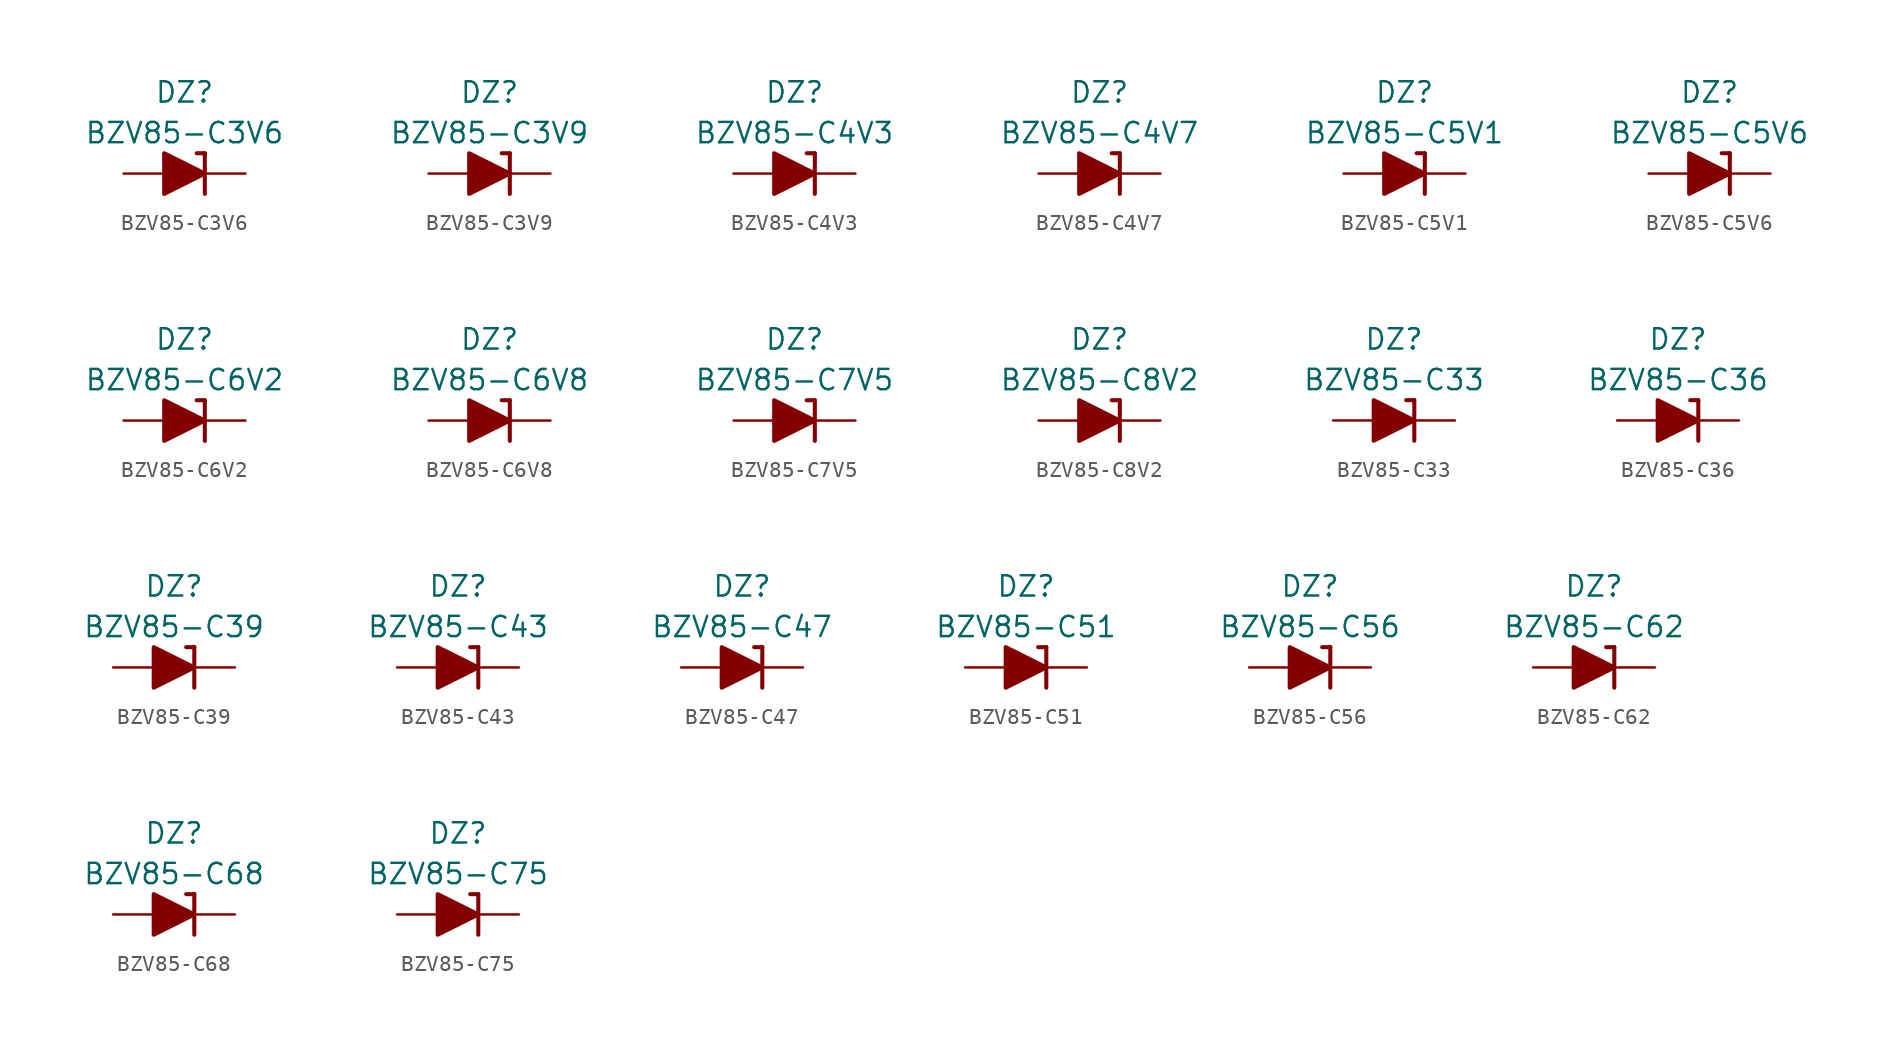
<source format=kicad_sym>
(kicad_symbol_lib
  (version 20211014)
  (generator kicad_symbol_editor)
  (symbol "BZV85-C3V6"
    (pin_numbers hide)
    (pin_names
      (offset 1.016) hide)
    (property "Reference" "DZ"
      (at 0 5.08 0)
      (effects (font (size 1.27 1.27))))
    (property "Value" "BZV85-C3V6"
      (at 0 2.54 0)
      (effects (font (size 1.27 1.27))))
    (symbol "BZV85-C3V6_0_1"
      (polyline (pts (xy -1.27 0) (xy 1.27 0)) (stroke (width 0) (type default) (color 0 0 0 0)) (fill (type none)))
      (polyline (pts (xy 1.27 1.27) (xy 0.762 1.27)) (stroke (width 0.254) (type default) (color 0 0 0 0)) (fill (type none)))
      (polyline (pts (xy 1.27 1.27) (xy 1.27 -1.27)) (stroke (width 0.254) (type default) (color 0 0 0 0)) (fill (type none)))
      (polyline (pts (xy -1.27 -1.27) (xy -1.27 1.27) (xy 1.27 0) (xy -1.27 -1.27)) (stroke (width 0.254) (type default) (color 0 0 0 0)) (fill (type outline))))
    (symbol "BZV85-C3V6_1_1"
      (pin passive line (at 3.81 0 180) (length 2.54) (name "K" (effects (font (size 1.27 1.27)))) (number "1" (effects (font (size 1.27 1.27)))))
      (pin passive line (at -3.81 0 0) (length 2.54) (name "A" (effects (font (size 1.27 1.27)))) (number "2" (effects (font (size 1.27 1.27)))))))
  (symbol "BZV85-C3V9"
    (pin_numbers hide)
    (pin_names
      (offset 1.016) hide)
    (property "Reference" "DZ"
      (at 0 5.08 0)
      (effects (font (size 1.27 1.27))))
    (property "Value" "BZV85-C3V9"
      (at 0 2.54 0)
      (effects (font (size 1.27 1.27))))
    (symbol "BZV85-C3V9_0_1"
      (polyline (pts (xy -1.27 0) (xy 1.27 0)) (stroke (width 0) (type default) (color 0 0 0 0)) (fill (type none)))
      (polyline (pts (xy 1.27 1.27) (xy 0.762 1.27)) (stroke (width 0.254) (type default) (color 0 0 0 0)) (fill (type none)))
      (polyline (pts (xy 1.27 1.27) (xy 1.27 -1.27)) (stroke (width 0.254) (type default) (color 0 0 0 0)) (fill (type none)))
      (polyline (pts (xy -1.27 -1.27) (xy -1.27 1.27) (xy 1.27 0) (xy -1.27 -1.27)) (stroke (width 0.254) (type default) (color 0 0 0 0)) (fill (type outline))))
    (symbol "BZV85-C3V9_1_1"
      (pin passive line (at 3.81 0 180) (length 2.54) (name "K" (effects (font (size 1.27 1.27)))) (number "1" (effects (font (size 1.27 1.27)))))
      (pin passive line (at -3.81 0 0) (length 2.54) (name "A" (effects (font (size 1.27 1.27)))) (number "2" (effects (font (size 1.27 1.27)))))))
  (symbol "BZV85-C4V3"
    (pin_numbers hide)
    (pin_names
      (offset 1.016) hide)
    (property "Reference" "DZ"
      (at 0 5.08 0)
      (effects (font (size 1.27 1.27))))
    (property "Value" "BZV85-C4V3"
      (at 0 2.54 0)
      (effects (font (size 1.27 1.27))))
    (symbol "BZV85-C4V3_0_1"
      (polyline (pts (xy -1.27 0) (xy 1.27 0)) (stroke (width 0) (type default) (color 0 0 0 0)) (fill (type none)))
      (polyline (pts (xy 1.27 1.27) (xy 0.762 1.27)) (stroke (width 0.254) (type default) (color 0 0 0 0)) (fill (type none)))
      (polyline (pts (xy 1.27 1.27) (xy 1.27 -1.27)) (stroke (width 0.254) (type default) (color 0 0 0 0)) (fill (type none)))
      (polyline (pts (xy -1.27 -1.27) (xy -1.27 1.27) (xy 1.27 0) (xy -1.27 -1.27)) (stroke (width 0.254) (type default) (color 0 0 0 0)) (fill (type outline))))
    (symbol "BZV85-C4V3_1_1"
      (pin passive line (at 3.81 0 180) (length 2.54) (name "K" (effects (font (size 1.27 1.27)))) (number "1" (effects (font (size 1.27 1.27)))))
      (pin passive line (at -3.81 0 0) (length 2.54) (name "A" (effects (font (size 1.27 1.27)))) (number "2" (effects (font (size 1.27 1.27)))))))
  (symbol "BZV85-C4V7"
    (pin_numbers hide)
    (pin_names
      (offset 1.016) hide)
    (property "Reference" "DZ"
      (at 0 5.08 0)
      (effects (font (size 1.27 1.27))))
    (property "Value" "BZV85-C4V7"
      (at 0 2.54 0)
      (effects (font (size 1.27 1.27))))
    (symbol "BZV85-C4V7_0_1"
      (polyline (pts (xy -1.27 0) (xy 1.27 0)) (stroke (width 0) (type default) (color 0 0 0 0)) (fill (type none)))
      (polyline (pts (xy 1.27 1.27) (xy 0.762 1.27)) (stroke (width 0.254) (type default) (color 0 0 0 0)) (fill (type none)))
      (polyline (pts (xy 1.27 1.27) (xy 1.27 -1.27)) (stroke (width 0.254) (type default) (color 0 0 0 0)) (fill (type none)))
      (polyline (pts (xy -1.27 -1.27) (xy -1.27 1.27) (xy 1.27 0) (xy -1.27 -1.27)) (stroke (width 0.254) (type default) (color 0 0 0 0)) (fill (type outline))))
    (symbol "BZV85-C4V7_1_1"
      (pin passive line (at 3.81 0 180) (length 2.54) (name "K" (effects (font (size 1.27 1.27)))) (number "1" (effects (font (size 1.27 1.27)))))
      (pin passive line (at -3.81 0 0) (length 2.54) (name "A" (effects (font (size 1.27 1.27)))) (number "2" (effects (font (size 1.27 1.27)))))))
  (symbol "BZV85-C5V1"
    (pin_numbers hide)
    (pin_names
      (offset 1.016) hide)
    (property "Reference" "DZ"
      (at 0 5.08 0)
      (effects (font (size 1.27 1.27))))
    (property "Value" "BZV85-C5V1"
      (at 0 2.54 0)
      (effects (font (size 1.27 1.27))))
    (symbol "BZV85-C5V1_0_1"
      (polyline (pts (xy -1.27 0) (xy 1.27 0)) (stroke (width 0) (type default) (color 0 0 0 0)) (fill (type none)))
      (polyline (pts (xy 1.27 1.27) (xy 0.762 1.27)) (stroke (width 0.254) (type default) (color 0 0 0 0)) (fill (type none)))
      (polyline (pts (xy 1.27 1.27) (xy 1.27 -1.27)) (stroke (width 0.254) (type default) (color 0 0 0 0)) (fill (type none)))
      (polyline (pts (xy -1.27 -1.27) (xy -1.27 1.27) (xy 1.27 0) (xy -1.27 -1.27)) (stroke (width 0.254) (type default) (color 0 0 0 0)) (fill (type outline))))
    (symbol "BZV85-C5V1_1_1"
      (pin passive line (at 3.81 0 180) (length 2.54) (name "K" (effects (font (size 1.27 1.27)))) (number "1" (effects (font (size 1.27 1.27)))))
      (pin passive line (at -3.81 0 0) (length 2.54) (name "A" (effects (font (size 1.27 1.27)))) (number "2" (effects (font (size 1.27 1.27)))))))
  (symbol "BZV85-C5V6"
    (pin_numbers hide)
    (pin_names
      (offset 1.016) hide)
    (property "Reference" "DZ"
      (at 0 5.08 0)
      (effects (font (size 1.27 1.27))))
    (property "Value" "BZV85-C5V6"
      (at 0 2.54 0)
      (effects (font (size 1.27 1.27))))
    (symbol "BZV85-C5V6_0_1"
      (polyline (pts (xy -1.27 0) (xy 1.27 0)) (stroke (width 0) (type default) (color 0 0 0 0)) (fill (type none)))
      (polyline (pts (xy 1.27 1.27) (xy 0.762 1.27)) (stroke (width 0.254) (type default) (color 0 0 0 0)) (fill (type none)))
      (polyline (pts (xy 1.27 1.27) (xy 1.27 -1.27)) (stroke (width 0.254) (type default) (color 0 0 0 0)) (fill (type none)))
      (polyline (pts (xy -1.27 -1.27) (xy -1.27 1.27) (xy 1.27 0) (xy -1.27 -1.27)) (stroke (width 0.254) (type default) (color 0 0 0 0)) (fill (type outline))))
    (symbol "BZV85-C5V6_1_1"
      (pin passive line (at 3.81 0 180) (length 2.54) (name "K" (effects (font (size 1.27 1.27)))) (number "1" (effects (font (size 1.27 1.27)))))
      (pin passive line (at -3.81 0 0) (length 2.54) (name "A" (effects (font (size 1.27 1.27)))) (number "2" (effects (font (size 1.27 1.27)))))))
  (symbol "BZV85-C6V2"
    (pin_numbers hide)
    (pin_names
      (offset 1.016) hide)
    (property "Reference" "DZ"
      (at 0 5.08 0)
      (effects (font (size 1.27 1.27))))
    (property "Value" "BZV85-C6V2"
      (at 0 2.54 0)
      (effects (font (size 1.27 1.27))))
    (symbol "BZV85-C6V2_0_1"
      (polyline (pts (xy -1.27 0) (xy 1.27 0)) (stroke (width 0) (type default) (color 0 0 0 0)) (fill (type none)))
      (polyline (pts (xy 1.27 1.27) (xy 0.762 1.27)) (stroke (width 0.254) (type default) (color 0 0 0 0)) (fill (type none)))
      (polyline (pts (xy 1.27 1.27) (xy 1.27 -1.27)) (stroke (width 0.254) (type default) (color 0 0 0 0)) (fill (type none)))
      (polyline (pts (xy -1.27 -1.27) (xy -1.27 1.27) (xy 1.27 0) (xy -1.27 -1.27)) (stroke (width 0.254) (type default) (color 0 0 0 0)) (fill (type outline))))
    (symbol "BZV85-C6V2_1_1"
      (pin passive line (at 3.81 0 180) (length 2.54) (name "K" (effects (font (size 1.27 1.27)))) (number "1" (effects (font (size 1.27 1.27)))))
      (pin passive line (at -3.81 0 0) (length 2.54) (name "A" (effects (font (size 1.27 1.27)))) (number "2" (effects (font (size 1.27 1.27)))))))
  (symbol "BZV85-C6V8"
    (pin_numbers hide)
    (pin_names
      (offset 1.016) hide)
    (property "Reference" "DZ"
      (at 0 5.08 0)
      (effects (font (size 1.27 1.27))))
    (property "Value" "BZV85-C6V8"
      (at 0 2.54 0)
      (effects (font (size 1.27 1.27))))
    (symbol "BZV85-C6V8_0_1"
      (polyline (pts (xy -1.27 0) (xy 1.27 0)) (stroke (width 0) (type default) (color 0 0 0 0)) (fill (type none)))
      (polyline (pts (xy 1.27 1.27) (xy 0.762 1.27)) (stroke (width 0.254) (type default) (color 0 0 0 0)) (fill (type none)))
      (polyline (pts (xy 1.27 1.27) (xy 1.27 -1.27)) (stroke (width 0.254) (type default) (color 0 0 0 0)) (fill (type none)))
      (polyline (pts (xy -1.27 -1.27) (xy -1.27 1.27) (xy 1.27 0) (xy -1.27 -1.27)) (stroke (width 0.254) (type default) (color 0 0 0 0)) (fill (type outline))))
    (symbol "BZV85-C6V8_1_1"
      (pin passive line (at 3.81 0 180) (length 2.54) (name "K" (effects (font (size 1.27 1.27)))) (number "1" (effects (font (size 1.27 1.27)))))
      (pin passive line (at -3.81 0 0) (length 2.54) (name "A" (effects (font (size 1.27 1.27)))) (number "2" (effects (font (size 1.27 1.27)))))))
  (symbol "BZV85-C7V5"
    (pin_numbers hide)
    (pin_names
      (offset 1.016) hide)
    (property "Reference" "DZ"
      (at 0 5.08 0)
      (effects (font (size 1.27 1.27))))
    (property "Value" "BZV85-C7V5"
      (at 0 2.54 0)
      (effects (font (size 1.27 1.27))))
    (symbol "BZV85-C7V5_0_1"
      (polyline (pts (xy -1.27 0) (xy 1.27 0)) (stroke (width 0) (type default) (color 0 0 0 0)) (fill (type none)))
      (polyline (pts (xy 1.27 1.27) (xy 0.762 1.27)) (stroke (width 0.254) (type default) (color 0 0 0 0)) (fill (type none)))
      (polyline (pts (xy 1.27 1.27) (xy 1.27 -1.27)) (stroke (width 0.254) (type default) (color 0 0 0 0)) (fill (type none)))
      (polyline (pts (xy -1.27 -1.27) (xy -1.27 1.27) (xy 1.27 0) (xy -1.27 -1.27)) (stroke (width 0.254) (type default) (color 0 0 0 0)) (fill (type outline))))
    (symbol "BZV85-C7V5_1_1"
      (pin passive line (at 3.81 0 180) (length 2.54) (name "K" (effects (font (size 1.27 1.27)))) (number "1" (effects (font (size 1.27 1.27)))))
      (pin passive line (at -3.81 0 0) (length 2.54) (name "A" (effects (font (size 1.27 1.27)))) (number "2" (effects (font (size 1.27 1.27)))))))
  (symbol "BZV85-C8V2"
    (pin_numbers hide)
    (pin_names
      (offset 1.016) hide)
    (property "Reference" "DZ"
      (at 0 5.08 0)
      (effects (font (size 1.27 1.27))))
    (property "Value" "BZV85-C8V2"
      (at 0 2.54 0)
      (effects (font (size 1.27 1.27))))
    (symbol "BZV85-C8V2_0_1"
      (polyline (pts (xy -1.27 0) (xy 1.27 0)) (stroke (width 0) (type default) (color 0 0 0 0)) (fill (type none)))
      (polyline (pts (xy 1.27 1.27) (xy 0.762 1.27)) (stroke (width 0.254) (type default) (color 0 0 0 0)) (fill (type none)))
      (polyline (pts (xy 1.27 1.27) (xy 1.27 -1.27)) (stroke (width 0.254) (type default) (color 0 0 0 0)) (fill (type none)))
      (polyline (pts (xy -1.27 -1.27) (xy -1.27 1.27) (xy 1.27 0) (xy -1.27 -1.27)) (stroke (width 0.254) (type default) (color 0 0 0 0)) (fill (type outline))))
    (symbol "BZV85-C8V2_1_1"
      (pin passive line (at 3.81 0 180) (length 2.54) (name "K" (effects (font (size 1.27 1.27)))) (number "1" (effects (font (size 1.27 1.27)))))
      (pin passive line (at -3.81 0 0) (length 2.54) (name "A" (effects (font (size 1.27 1.27)))) (number "2" (effects (font (size 1.27 1.27)))))))
  (symbol "BZV85-C33"
    (pin_numbers hide)
    (pin_names
      (offset 1.016) hide)
    (property "Reference" "DZ"
      (at 0 5.08 0)
      (effects (font (size 1.27 1.27))))
    (property "Value" "BZV85-C33"
      (at 0 2.54 0)
      (effects (font (size 1.27 1.27))))
    (symbol "BZV85-C33_0_1"
      (polyline (pts (xy -1.27 0) (xy 1.27 0)) (stroke (width 0) (type default) (color 0 0 0 0)) (fill (type none)))
      (polyline (pts (xy 1.27 1.27) (xy 0.762 1.27)) (stroke (width 0.254) (type default) (color 0 0 0 0)) (fill (type none)))
      (polyline (pts (xy 1.27 1.27) (xy 1.27 -1.27)) (stroke (width 0.254) (type default) (color 0 0 0 0)) (fill (type none)))
      (polyline (pts (xy -1.27 -1.27) (xy -1.27 1.27) (xy 1.27 0) (xy -1.27 -1.27)) (stroke (width 0.254) (type default) (color 0 0 0 0)) (fill (type outline))))
    (symbol "BZV85-C33_1_1"
      (pin passive line (at 3.81 0 180) (length 2.54) (name "K" (effects (font (size 1.27 1.27)))) (number "1" (effects (font (size 1.27 1.27)))))
      (pin passive line (at -3.81 0 0) (length 2.54) (name "A" (effects (font (size 1.27 1.27)))) (number "2" (effects (font (size 1.27 1.27)))))))
  (symbol "BZV85-C36"
    (pin_numbers hide)
    (pin_names
      (offset 1.016) hide)
    (property "Reference" "DZ"
      (at 0 5.08 0)
      (effects (font (size 1.27 1.27))))
    (property "Value" "BZV85-C36"
      (at 0 2.54 0)
      (effects (font (size 1.27 1.27))))
    (symbol "BZV85-C36_0_1"
      (polyline (pts (xy -1.27 0) (xy 1.27 0)) (stroke (width 0) (type default) (color 0 0 0 0)) (fill (type none)))
      (polyline (pts (xy 1.27 1.27) (xy 0.762 1.27)) (stroke (width 0.254) (type default) (color 0 0 0 0)) (fill (type none)))
      (polyline (pts (xy 1.27 1.27) (xy 1.27 -1.27)) (stroke (width 0.254) (type default) (color 0 0 0 0)) (fill (type none)))
      (polyline (pts (xy -1.27 -1.27) (xy -1.27 1.27) (xy 1.27 0) (xy -1.27 -1.27)) (stroke (width 0.254) (type default) (color 0 0 0 0)) (fill (type outline))))
    (symbol "BZV85-C36_1_1"
      (pin passive line (at 3.81 0 180) (length 2.54) (name "K" (effects (font (size 1.27 1.27)))) (number "1" (effects (font (size 1.27 1.27)))))
      (pin passive line (at -3.81 0 0) (length 2.54) (name "A" (effects (font (size 1.27 1.27)))) (number "2" (effects (font (size 1.27 1.27)))))))
  (symbol "BZV85-C39"
    (pin_numbers hide)
    (pin_names
      (offset 1.016) hide)
    (property "Reference" "DZ"
      (at 0 5.08 0)
      (effects (font (size 1.27 1.27))))
    (property "Value" "BZV85-C39"
      (at 0 2.54 0)
      (effects (font (size 1.27 1.27))))
    (symbol "BZV85-C39_0_1"
      (polyline (pts (xy -1.27 0) (xy 1.27 0)) (stroke (width 0) (type default) (color 0 0 0 0)) (fill (type none)))
      (polyline (pts (xy 1.27 1.27) (xy 0.762 1.27)) (stroke (width 0.254) (type default) (color 0 0 0 0)) (fill (type none)))
      (polyline (pts (xy 1.27 1.27) (xy 1.27 -1.27)) (stroke (width 0.254) (type default) (color 0 0 0 0)) (fill (type none)))
      (polyline (pts (xy -1.27 -1.27) (xy -1.27 1.27) (xy 1.27 0) (xy -1.27 -1.27)) (stroke (width 0.254) (type default) (color 0 0 0 0)) (fill (type outline))))
    (symbol "BZV85-C39_1_1"
      (pin passive line (at 3.81 0 180) (length 2.54) (name "K" (effects (font (size 1.27 1.27)))) (number "1" (effects (font (size 1.27 1.27)))))
      (pin passive line (at -3.81 0 0) (length 2.54) (name "A" (effects (font (size 1.27 1.27)))) (number "2" (effects (font (size 1.27 1.27)))))))
  (symbol "BZV85-C43"
    (pin_numbers hide)
    (pin_names
      (offset 1.016) hide)
    (property "Reference" "DZ"
      (at 0 5.08 0)
      (effects (font (size 1.27 1.27))))
    (property "Value" "BZV85-C43"
      (at 0 2.54 0)
      (effects (font (size 1.27 1.27))))
    (symbol "BZV85-C43_0_1"
      (polyline (pts (xy -1.27 0) (xy 1.27 0)) (stroke (width 0) (type default) (color 0 0 0 0)) (fill (type none)))
      (polyline (pts (xy 1.27 1.27) (xy 0.762 1.27)) (stroke (width 0.254) (type default) (color 0 0 0 0)) (fill (type none)))
      (polyline (pts (xy 1.27 1.27) (xy 1.27 -1.27)) (stroke (width 0.254) (type default) (color 0 0 0 0)) (fill (type none)))
      (polyline (pts (xy -1.27 -1.27) (xy -1.27 1.27) (xy 1.27 0) (xy -1.27 -1.27)) (stroke (width 0.254) (type default) (color 0 0 0 0)) (fill (type outline))))
    (symbol "BZV85-C43_1_1"
      (pin passive line (at 3.81 0 180) (length 2.54) (name "K" (effects (font (size 1.27 1.27)))) (number "1" (effects (font (size 1.27 1.27)))))
      (pin passive line (at -3.81 0 0) (length 2.54) (name "A" (effects (font (size 1.27 1.27)))) (number "2" (effects (font (size 1.27 1.27)))))))
  (symbol "BZV85-C47"
    (pin_numbers hide)
    (pin_names
      (offset 1.016) hide)
    (property "Reference" "DZ"
      (at 0 5.08 0)
      (effects (font (size 1.27 1.27))))
    (property "Value" "BZV85-C47"
      (at 0 2.54 0)
      (effects (font (size 1.27 1.27))))
    (symbol "BZV85-C47_0_1"
      (polyline (pts (xy -1.27 0) (xy 1.27 0)) (stroke (width 0) (type default) (color 0 0 0 0)) (fill (type none)))
      (polyline (pts (xy 1.27 1.27) (xy 0.762 1.27)) (stroke (width 0.254) (type default) (color 0 0 0 0)) (fill (type none)))
      (polyline (pts (xy 1.27 1.27) (xy 1.27 -1.27)) (stroke (width 0.254) (type default) (color 0 0 0 0)) (fill (type none)))
      (polyline (pts (xy -1.27 -1.27) (xy -1.27 1.27) (xy 1.27 0) (xy -1.27 -1.27)) (stroke (width 0.254) (type default) (color 0 0 0 0)) (fill (type outline))))
    (symbol "BZV85-C47_1_1"
      (pin passive line (at 3.81 0 180) (length 2.54) (name "K" (effects (font (size 1.27 1.27)))) (number "1" (effects (font (size 1.27 1.27)))))
      (pin passive line (at -3.81 0 0) (length 2.54) (name "A" (effects (font (size 1.27 1.27)))) (number "2" (effects (font (size 1.27 1.27)))))))
  (symbol "BZV85-C51"
    (pin_numbers hide)
    (pin_names
      (offset 1.016) hide)
    (property "Reference" "DZ"
      (at 0 5.08 0)
      (effects (font (size 1.27 1.27))))
    (property "Value" "BZV85-C51"
      (at 0 2.54 0)
      (effects (font (size 1.27 1.27))))
    (symbol "BZV85-C51_0_1"
      (polyline (pts (xy -1.27 0) (xy 1.27 0)) (stroke (width 0) (type default) (color 0 0 0 0)) (fill (type none)))
      (polyline (pts (xy 1.27 1.27) (xy 0.762 1.27)) (stroke (width 0.254) (type default) (color 0 0 0 0)) (fill (type none)))
      (polyline (pts (xy 1.27 1.27) (xy 1.27 -1.27)) (stroke (width 0.254) (type default) (color 0 0 0 0)) (fill (type none)))
      (polyline (pts (xy -1.27 -1.27) (xy -1.27 1.27) (xy 1.27 0) (xy -1.27 -1.27)) (stroke (width 0.254) (type default) (color 0 0 0 0)) (fill (type outline))))
    (symbol "BZV85-C51_1_1"
      (pin passive line (at 3.81 0 180) (length 2.54) (name "K" (effects (font (size 1.27 1.27)))) (number "1" (effects (font (size 1.27 1.27)))))
      (pin passive line (at -3.81 0 0) (length 2.54) (name "A" (effects (font (size 1.27 1.27)))) (number "2" (effects (font (size 1.27 1.27)))))))
  (symbol "BZV85-C56"
    (pin_numbers hide)
    (pin_names
      (offset 1.016) hide)
    (property "Reference" "DZ"
      (at 0 5.08 0)
      (effects (font (size 1.27 1.27))))
    (property "Value" "BZV85-C56"
      (at 0 2.54 0)
      (effects (font (size 1.27 1.27))))
    (symbol "BZV85-C56_0_1"
      (polyline (pts (xy -1.27 0) (xy 1.27 0)) (stroke (width 0) (type default) (color 0 0 0 0)) (fill (type none)))
      (polyline (pts (xy 1.27 1.27) (xy 0.762 1.27)) (stroke (width 0.254) (type default) (color 0 0 0 0)) (fill (type none)))
      (polyline (pts (xy 1.27 1.27) (xy 1.27 -1.27)) (stroke (width 0.254) (type default) (color 0 0 0 0)) (fill (type none)))
      (polyline (pts (xy -1.27 -1.27) (xy -1.27 1.27) (xy 1.27 0) (xy -1.27 -1.27)) (stroke (width 0.254) (type default) (color 0 0 0 0)) (fill (type outline))))
    (symbol "BZV85-C56_1_1"
      (pin passive line (at 3.81 0 180) (length 2.54) (name "K" (effects (font (size 1.27 1.27)))) (number "1" (effects (font (size 1.27 1.27)))))
      (pin passive line (at -3.81 0 0) (length 2.54) (name "A" (effects (font (size 1.27 1.27)))) (number "2" (effects (font (size 1.27 1.27)))))))
  (symbol "BZV85-C62"
    (pin_numbers hide)
    (pin_names
      (offset 1.016) hide)
    (property "Reference" "DZ"
      (at 0 5.08 0)
      (effects (font (size 1.27 1.27))))
    (property "Value" "BZV85-C62"
      (at 0 2.54 0)
      (effects (font (size 1.27 1.27))))
    (symbol "BZV85-C62_0_1"
      (polyline (pts (xy -1.27 0) (xy 1.27 0)) (stroke (width 0) (type default) (color 0 0 0 0)) (fill (type none)))
      (polyline (pts (xy 1.27 1.27) (xy 0.762 1.27)) (stroke (width 0.254) (type default) (color 0 0 0 0)) (fill (type none)))
      (polyline (pts (xy 1.27 1.27) (xy 1.27 -1.27)) (stroke (width 0.254) (type default) (color 0 0 0 0)) (fill (type none)))
      (polyline (pts (xy -1.27 -1.27) (xy -1.27 1.27) (xy 1.27 0) (xy -1.27 -1.27)) (stroke (width 0.254) (type default) (color 0 0 0 0)) (fill (type outline))))
    (symbol "BZV85-C62_1_1"
      (pin passive line (at 3.81 0 180) (length 2.54) (name "K" (effects (font (size 1.27 1.27)))) (number "1" (effects (font (size 1.27 1.27)))))
      (pin passive line (at -3.81 0 0) (length 2.54) (name "A" (effects (font (size 1.27 1.27)))) (number "2" (effects (font (size 1.27 1.27)))))))
  (symbol "BZV85-C68"
    (pin_numbers hide)
    (pin_names
      (offset 1.016) hide)
    (property "Reference" "DZ"
      (at 0 5.08 0)
      (effects (font (size 1.27 1.27))))
    (property "Value" "BZV85-C68"
      (at 0 2.54 0)
      (effects (font (size 1.27 1.27))))
    (symbol "BZV85-C68_0_1"
      (polyline (pts (xy -1.27 0) (xy 1.27 0)) (stroke (width 0) (type default) (color 0 0 0 0)) (fill (type none)))
      (polyline (pts (xy 1.27 1.27) (xy 0.762 1.27)) (stroke (width 0.254) (type default) (color 0 0 0 0)) (fill (type none)))
      (polyline (pts (xy 1.27 1.27) (xy 1.27 -1.27)) (stroke (width 0.254) (type default) (color 0 0 0 0)) (fill (type none)))
      (polyline (pts (xy -1.27 -1.27) (xy -1.27 1.27) (xy 1.27 0) (xy -1.27 -1.27)) (stroke (width 0.254) (type default) (color 0 0 0 0)) (fill (type outline))))
    (symbol "BZV85-C68_1_1"
      (pin passive line (at 3.81 0 180) (length 2.54) (name "K" (effects (font (size 1.27 1.27)))) (number "1" (effects (font (size 1.27 1.27)))))
      (pin passive line (at -3.81 0 0) (length 2.54) (name "A" (effects (font (size 1.27 1.27)))) (number "2" (effects (font (size 1.27 1.27)))))))
  (symbol "BZV85-C75"
    (pin_numbers hide)
    (pin_names
      (offset 1.016) hide)
    (property "Reference" "DZ"
      (at 0 5.08 0)
      (effects (font (size 1.27 1.27))))
    (property "Value" "BZV85-C75"
      (at 0 2.54 0)
      (effects (font (size 1.27 1.27))))
    (symbol "BZV85-C75_0_1"
      (polyline (pts (xy -1.27 0) (xy 1.27 0)) (stroke (width 0) (type default) (color 0 0 0 0)) (fill (type none)))
      (polyline (pts (xy 1.27 1.27) (xy 0.762 1.27)) (stroke (width 0.254) (type default) (color 0 0 0 0)) (fill (type none)))
      (polyline (pts (xy 1.27 1.27) (xy 1.27 -1.27)) (stroke (width 0.254) (type default) (color 0 0 0 0)) (fill (type none)))
      (polyline (pts (xy -1.27 -1.27) (xy -1.27 1.27) (xy 1.27 0) (xy -1.27 -1.27)) (stroke (width 0.254) (type default) (color 0 0 0 0)) (fill (type outline))))
    (symbol "BZV85-C75_1_1"
      (pin passive line (at 3.81 0 180) (length 2.54) (name "K" (effects (font (size 1.27 1.27)))) (number "1" (effects (font (size 1.27 1.27)))))
      (pin passive line (at -3.81 0 0) (length 2.54) (name "A" (effects (font (size 1.27 1.27)))) (number "2" (effects (font (size 1.27 1.27))))))))
</source>
